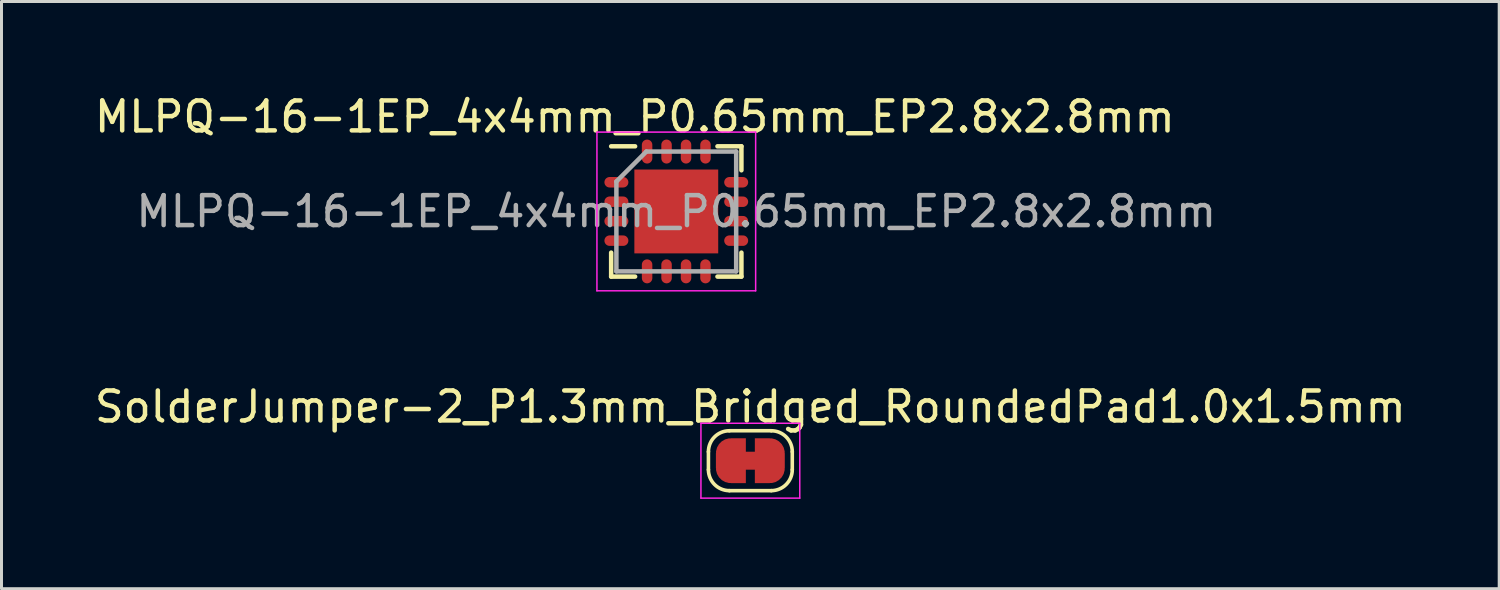
<source format=kicad_pcb>
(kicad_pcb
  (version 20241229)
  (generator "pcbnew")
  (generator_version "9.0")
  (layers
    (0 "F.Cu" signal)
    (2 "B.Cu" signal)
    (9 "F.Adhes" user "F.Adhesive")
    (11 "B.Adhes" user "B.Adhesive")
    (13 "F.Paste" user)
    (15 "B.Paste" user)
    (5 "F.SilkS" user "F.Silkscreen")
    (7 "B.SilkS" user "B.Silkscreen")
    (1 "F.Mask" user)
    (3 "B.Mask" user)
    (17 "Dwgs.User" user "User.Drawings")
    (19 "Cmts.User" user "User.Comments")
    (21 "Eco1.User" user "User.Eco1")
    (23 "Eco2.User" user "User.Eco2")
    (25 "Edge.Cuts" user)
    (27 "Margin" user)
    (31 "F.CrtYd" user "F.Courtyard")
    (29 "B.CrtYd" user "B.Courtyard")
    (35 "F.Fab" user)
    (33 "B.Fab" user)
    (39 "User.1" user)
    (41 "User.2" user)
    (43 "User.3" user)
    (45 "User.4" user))
  (footprint "MLPQ-16-1EP_4x4mm_P0.65mm_EP2.8x2.8mm"
    (layer "F.Cu")
    (at 19.533 4.011)
    (property "Reference" "MLPQ-16-1EP_4x4mm_P0.65mm_EP2.8x2.8mm" (at -1.384 -3.162 0) (layer "F.SilkS") (effects (font (size 1 1) (thickness 0.15))))
    (attr smd)
    (fp_line (start -2.175 -2.175) (end -1.375 -2.175) (stroke (width 0.15) (type solid)) (layer "F.SilkS"))
    (fp_line (start -2.175 2.175) (end -2.175 1.375) (stroke (width 0.15) (type solid)) (layer "F.SilkS"))
    (fp_line (start -2.175 2.175) (end -1.375 2.175) (stroke (width 0.15) (type solid)) (layer "F.SilkS"))
    (fp_line (start 2.175 -2.175) (end 1.375 -2.175) (stroke (width 0.15) (type solid)) (layer "F.SilkS"))
    (fp_line (start 2.175 -2.175) (end 2.175 -1.375) (stroke (width 0.15) (type solid)) (layer "F.SilkS"))
    (fp_line (start 2.175 2.175) (end 1.375 2.175) (stroke (width 0.15) (type solid)) (layer "F.SilkS"))
    (fp_line (start 2.175 2.175) (end 2.175 1.375) (stroke (width 0.15) (type solid)) (layer "F.SilkS"))
    (fp_line (start -2.65 -2.65) (end -2.65 2.65) (stroke (width 0.05) (type solid)) (layer "F.CrtYd"))
    (fp_line (start -2.65 -2.65) (end 2.65 -2.65) (stroke (width 0.05) (type solid)) (layer "F.CrtYd"))
    (fp_line (start -2.65 2.65) (end 2.65 2.65) (stroke (width 0.05) (type solid)) (layer "F.CrtYd"))
    (fp_line (start 2.65 -2.65) (end 2.65 2.65) (stroke (width 0.05) (type solid)) (layer "F.CrtYd"))
    (fp_line (start -2 -1) (end -1 -2) (stroke (width 0.15) (type solid)) (layer "F.Fab"))
    (fp_line (start -2 2) (end -2 -1) (stroke (width 0.15) (type solid)) (layer "F.Fab"))
    (fp_line (start -1 -2) (end 2 -2) (stroke (width 0.15) (type solid)) (layer "F.Fab"))
    (fp_line (start 2 -2) (end 2 2) (stroke (width 0.15) (type solid)) (layer "F.Fab"))
    (fp_line (start 2 2) (end -2 2) (stroke (width 0.15) (type solid)) (layer "F.Fab"))
    (fp_text user "${REFERENCE}" (at 0 0 0) (layer "F.Fab") (effects (font (size 1 1) (thickness 0.15))))
    (pad "" smd rect (at -0.7 -0.7) (size 1.13 1.13) (layers "F.Paste"))
    (pad "" smd rect (at -0.7 0.7) (size 1.13 1.13) (layers "F.Paste"))
    (pad "" smd rect (at 0.7 -0.7) (size 1.13 1.13) (layers "F.Paste"))
    (pad "" smd rect (at 0.7 0.7) (size 1.13 1.13) (layers "F.Paste"))
    (pad "1" smd oval (at -2 -0.975) (size 0.8 0.35) (layers "F.Cu" "F.Mask" "F.Paste"))
    (pad "2" smd oval (at -2 -0.325) (size 0.8 0.35) (layers "F.Cu" "F.Mask" "F.Paste"))
    (pad "3" smd oval (at -2 0.325) (size 0.8 0.35) (layers "F.Cu" "F.Mask" "F.Paste"))
    (pad "4" smd oval (at -2 0.975) (size 0.8 0.35) (layers "F.Cu" "F.Mask" "F.Paste"))
    (pad "5" smd oval (at -0.975 2 90) (size 0.8 0.35) (layers "F.Cu" "F.Mask" "F.Paste"))
    (pad "6" smd oval (at -0.325 2 90) (size 0.8 0.35) (layers "F.Cu" "F.Mask" "F.Paste"))
    (pad "7" smd oval (at 0.325 2 90) (size 0.8 0.35) (layers "F.Cu" "F.Mask" "F.Paste"))
    (pad "8" smd oval (at 0.975 2 90) (size 0.8 0.35) (layers "F.Cu" "F.Mask" "F.Paste"))
    (pad "9" smd oval (at 2 0.975) (size 0.8 0.35) (layers "F.Cu" "F.Mask" "F.Paste"))
    (pad "10" smd oval (at 2 0.325) (size 0.8 0.35) (layers "F.Cu" "F.Mask" "F.Paste"))
    (pad "11" smd oval (at 2 -0.325) (size 0.8 0.35) (layers "F.Cu" "F.Mask" "F.Paste"))
    (pad "12" smd oval (at 2 -0.975) (size 0.8 0.35) (layers "F.Cu" "F.Mask" "F.Paste"))
    (pad "13" smd oval (at 0.975 -2 90) (size 0.8 0.35) (layers "F.Cu" "F.Mask" "F.Paste"))
    (pad "14" smd oval (at 0.325 -2 90) (size 0.8 0.35) (layers "F.Cu" "F.Mask" "F.Paste"))
    (pad "15" smd oval (at -0.325 -2 90) (size 0.8 0.35) (layers "F.Cu" "F.Mask" "F.Paste"))
    (pad "16" smd oval (at -0.975 -2 90) (size 0.8 0.35) (layers "F.Cu" "F.Mask" "F.Paste"))
    (pad "17" smd rect (at 0 0) (size 2.8 2.8) (layers "F.Cu" "F.Mask")))
  (footprint "SolderJumper-2_P1.3mm_Bridged_RoundedPad1.0x1.5mm"
    (layer "F.Cu")
    (at 22.006 12.334)
    (property "Reference" "SolderJumper-2_P1.3mm_Bridged_RoundedPad1.0x1.5mm" (at 0 -1.8 180) (layer "F.SilkS") (effects (font (size 1 1) (thickness 0.15))))
    (attr exclude_from_pos_files exclude_from_bom)
    (fp_poly (pts (xy 0.25 -0.3) (xy -0.25 -0.3) (xy -0.25 0.3) (xy 0.25 0.3)) (stroke (width 0) (type solid)) (fill yes) (layer "F.Cu"))
    (fp_line (start -1.4 0.3) (end -1.4 -0.3) (stroke (width 0.12) (type solid)) (layer "F.SilkS"))
    (fp_line (start -0.7 -1) (end 0.7 -1) (stroke (width 0.12) (type solid)) (layer "F.SilkS"))
    (fp_line (start 0.7 1) (end -0.7 1) (stroke (width 0.12) (type solid)) (layer "F.SilkS"))
    (fp_line (start 1.4 -0.3) (end 1.4 0.3) (stroke (width 0.12) (type solid)) (layer "F.SilkS"))
    (fp_arc (start -1.4 -0.3) (mid -1.194975 -0.794975) (end -0.7 -1) (stroke (width 0.12) (type solid)) (layer "F.SilkS"))
    (fp_arc (start -0.7 1) (mid -1.194975 0.794975) (end -1.4 0.3) (stroke (width 0.12) (type solid)) (layer "F.SilkS"))
    (fp_arc (start 0.7 -1) (mid 1.194975 -0.794975) (end 1.4 -0.3) (stroke (width 0.12) (type solid)) (layer "F.SilkS"))
    (fp_arc (start 1.4 0.3) (mid 1.194975 0.794975) (end 0.7 1) (stroke (width 0.12) (type solid)) (layer "F.SilkS"))
    (fp_line (start -1.65 -1.25) (end -1.65 1.25) (stroke (width 0.05) (type solid)) (layer "F.CrtYd"))
    (fp_line (start -1.65 -1.25) (end 1.65 -1.25) (stroke (width 0.05) (type solid)) (layer "F.CrtYd"))
    (fp_line (start 1.65 1.25) (end -1.65 1.25) (stroke (width 0.05) (type solid)) (layer "F.CrtYd"))
    (fp_line (start 1.65 1.25) (end 1.65 -1.25) (stroke (width 0.05) (type solid)) (layer "F.CrtYd"))
    (pad "1" smd custom (at -0.65 0) (size 1 0.5) (layers "F.Cu" "F.Mask") (options (anchor rect)) (primitives (gr_circle (center 0 0.25) (end 0.5 0.25) (width 0) (fill yes)) (gr_circle (center 0 -0.25) (end 0.5 -0.25) (width 0) (fill yes)) (gr_poly (pts (xy 0 -0.75) (xy 0.5 -0.75) (xy 0.5 0.75) (xy 0 0.75)) (width 0) (fill yes))))
    (pad "2" smd custom (at 0.65 0) (size 1 0.5) (layers "F.Cu" "F.Mask") (options (anchor rect)) (primitives (gr_circle (center 0 0.25) (end 0.5 0.25) (width 0) (fill yes)) (gr_circle (center 0 -0.25) (end 0.5 -0.25) (width 0) (fill yes)) (gr_poly (pts (xy 0 -0.75) (xy -0.5 -0.75) (xy -0.5 0.75) (xy 0 0.75)) (width 0) (fill yes)))))
  (gr_rect
    (start -3 -3)
    (end 47.012 16.609)
    (stroke (width 0.1) (type default))
    (fill no)
    (layer "Edge.Cuts")))
</source>
